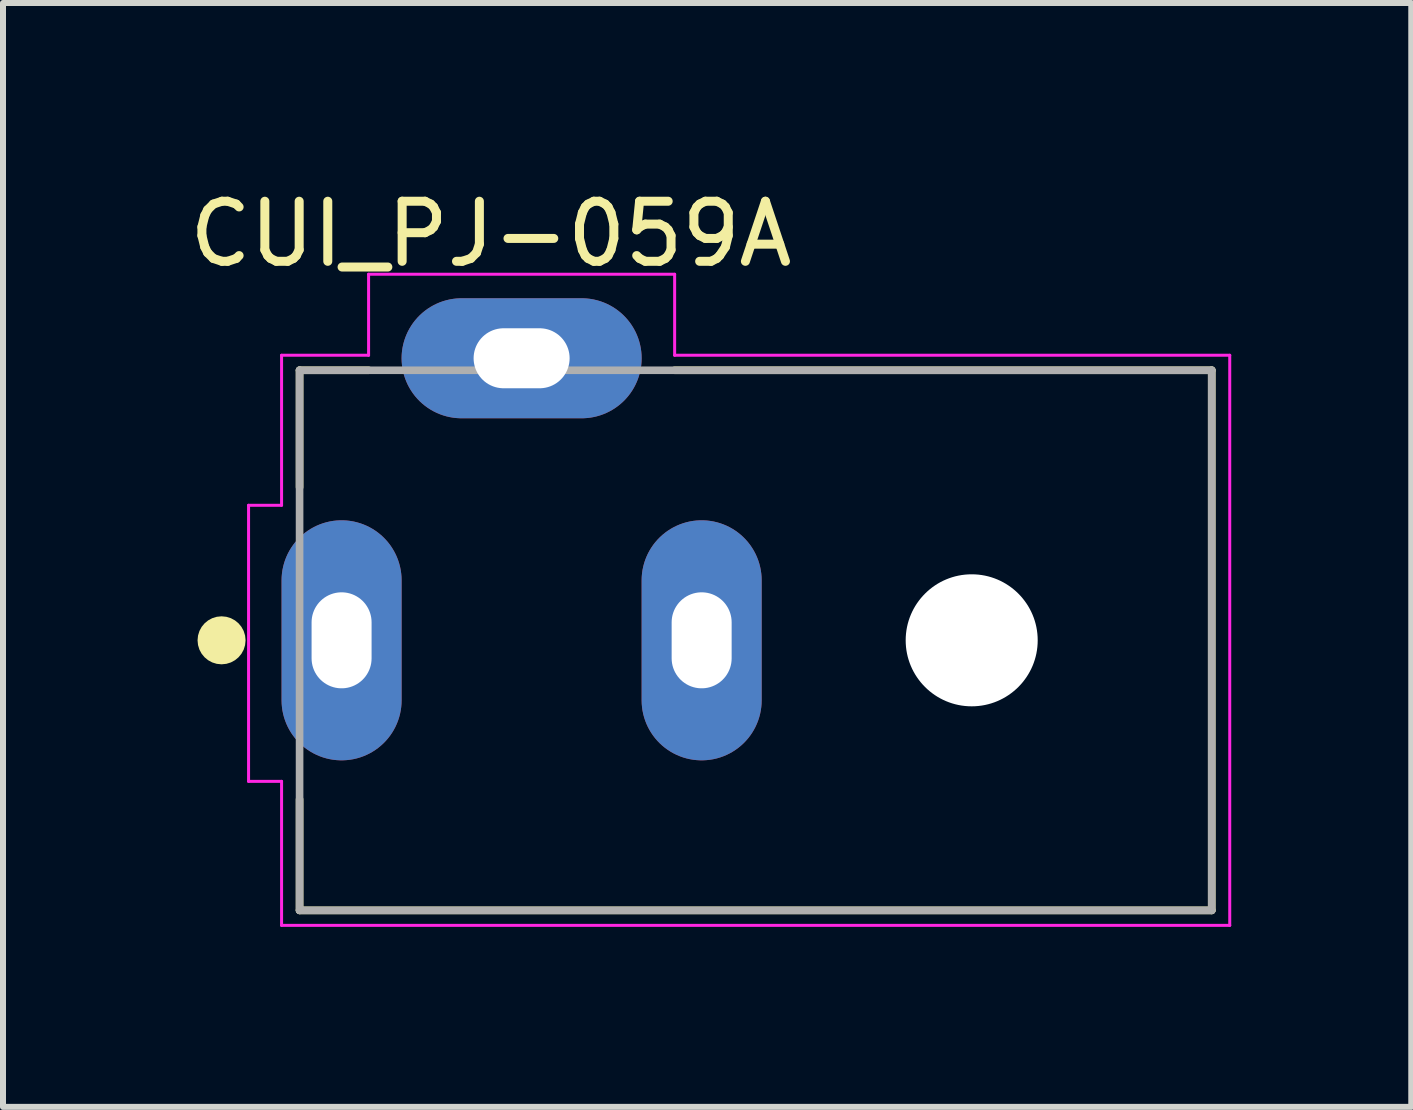
<source format=kicad_pcb>
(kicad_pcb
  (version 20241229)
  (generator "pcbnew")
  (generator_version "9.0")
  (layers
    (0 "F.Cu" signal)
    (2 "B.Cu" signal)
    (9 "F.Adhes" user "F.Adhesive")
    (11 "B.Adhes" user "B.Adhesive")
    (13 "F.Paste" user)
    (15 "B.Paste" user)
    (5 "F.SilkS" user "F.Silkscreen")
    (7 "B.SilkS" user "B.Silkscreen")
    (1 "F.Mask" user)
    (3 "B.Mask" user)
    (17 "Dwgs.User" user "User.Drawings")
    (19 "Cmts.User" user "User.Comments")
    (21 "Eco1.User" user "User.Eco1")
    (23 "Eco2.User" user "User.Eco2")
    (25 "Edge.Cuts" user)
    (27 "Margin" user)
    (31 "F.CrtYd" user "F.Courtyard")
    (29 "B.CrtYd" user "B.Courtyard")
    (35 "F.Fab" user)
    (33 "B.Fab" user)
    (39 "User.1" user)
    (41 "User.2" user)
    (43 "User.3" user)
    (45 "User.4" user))
  (footprint "CUI_PJ-059A"
    (layer "F.Cu")
    (at 2.642 7.62)
    (property "Reference" "CUI_PJ-059A" (at 2.487 -6.771 0) (layer "F.SilkS") (effects (font (size 1.001 1.001) (thickness 0.15))))
    (attr through_hole)
    (fp_line (start -0.7 -4.5) (end 0.45 -4.5) (stroke (width 0.127) (type solid)) (layer "F.SilkS"))
    (fp_line (start -0.7 -2.55) (end -0.7 -4.5) (stroke (width 0.127) (type solid)) (layer "F.SilkS"))
    (fp_line (start -0.7 4.5) (end -0.7 2.65) (stroke (width 0.127) (type solid)) (layer "F.SilkS"))
    (fp_line (start 5.55 -4.5) (end 14.5 -4.5) (stroke (width 0.127) (type solid)) (layer "F.SilkS"))
    (fp_line (start 14.5 -4.5) (end 14.5 4.5) (stroke (width 0.127) (type solid)) (layer "F.SilkS"))
    (fp_line (start 14.5 4.5) (end -0.7 4.5) (stroke (width 0.127) (type solid)) (layer "F.SilkS"))
    (fp_circle (center -2 0) (end -1.8 0) (stroke (width 0.4) (type solid)) (fill no) (layer "F.SilkS"))
    (fp_line (start -1.55 -2.25) (end -1.55 2.35) (stroke (width 0.05) (type solid)) (layer "F.CrtYd"))
    (fp_line (start -1.55 2.35) (end -1 2.35) (stroke (width 0.05) (type solid)) (layer "F.CrtYd"))
    (fp_line (start -1 -4.75) (end 0.45 -4.75) (stroke (width 0.05) (type solid)) (layer "F.CrtYd"))
    (fp_line (start -1 -2.25) (end -1.55 -2.25) (stroke (width 0.05) (type solid)) (layer "F.CrtYd"))
    (fp_line (start -1 -2.25) (end -1 -4.75) (stroke (width 0.05) (type solid)) (layer "F.CrtYd"))
    (fp_line (start -1 4.75) (end -1 2.35) (stroke (width 0.05) (type solid)) (layer "F.CrtYd"))
    (fp_line (start 0.45 -6.1) (end 5.55 -6.1) (stroke (width 0.05) (type solid)) (layer "F.CrtYd"))
    (fp_line (start 0.45 -4.75) (end 0.45 -6.1) (stroke (width 0.05) (type solid)) (layer "F.CrtYd"))
    (fp_line (start 5.55 -6.1) (end 5.55 -4.75) (stroke (width 0.05) (type solid)) (layer "F.CrtYd"))
    (fp_line (start 5.55 -4.75) (end 14.8 -4.75) (stroke (width 0.05) (type solid)) (layer "F.CrtYd"))
    (fp_line (start 14.8 -4.75) (end 14.8 4.75) (stroke (width 0.05) (type solid)) (layer "F.CrtYd"))
    (fp_line (start 14.8 4.75) (end -1 4.75) (stroke (width 0.05) (type solid)) (layer "F.CrtYd"))
    (fp_line (start -0.7 -4.5) (end 14.5 -4.5) (stroke (width 0.127) (type solid)) (layer "F.Fab"))
    (fp_line (start -0.7 4.5) (end -0.7 -4.5) (stroke (width 0.127) (type solid)) (layer "F.Fab"))
    (fp_line (start 14.5 -4.5) (end 14.5 4.5) (stroke (width 0.127) (type solid)) (layer "F.Fab"))
    (fp_line (start 14.5 4.5) (end -0.7 4.5) (stroke (width 0.127) (type solid)) (layer "F.Fab"))
    (pad "" np_thru_hole circle (at 10.5 0) (size 2.2 2.2) (drill 2.2) (layers "*.Cu" "*.Mask"))
    (pad "1" thru_hole oval (at 0 0) (size 2 4) (drill oval 1 1.6) (layers "*.Cu" "*.Mask"))
    (pad "2" thru_hole oval (at 6 0) (size 2 4) (drill oval 1 1.6) (layers "*.Cu" "*.Mask"))
    (pad "3" thru_hole oval (at 3 -4.7) (size 4 2) (drill oval 1.6 1) (layers "*.Cu" "*.Mask")))
  (gr_rect
    (start -3 -3)
    (end 20.467 15.395)
    (stroke (width 0.1) (type default))
    (fill no)
    (layer "Edge.Cuts")))
</source>
